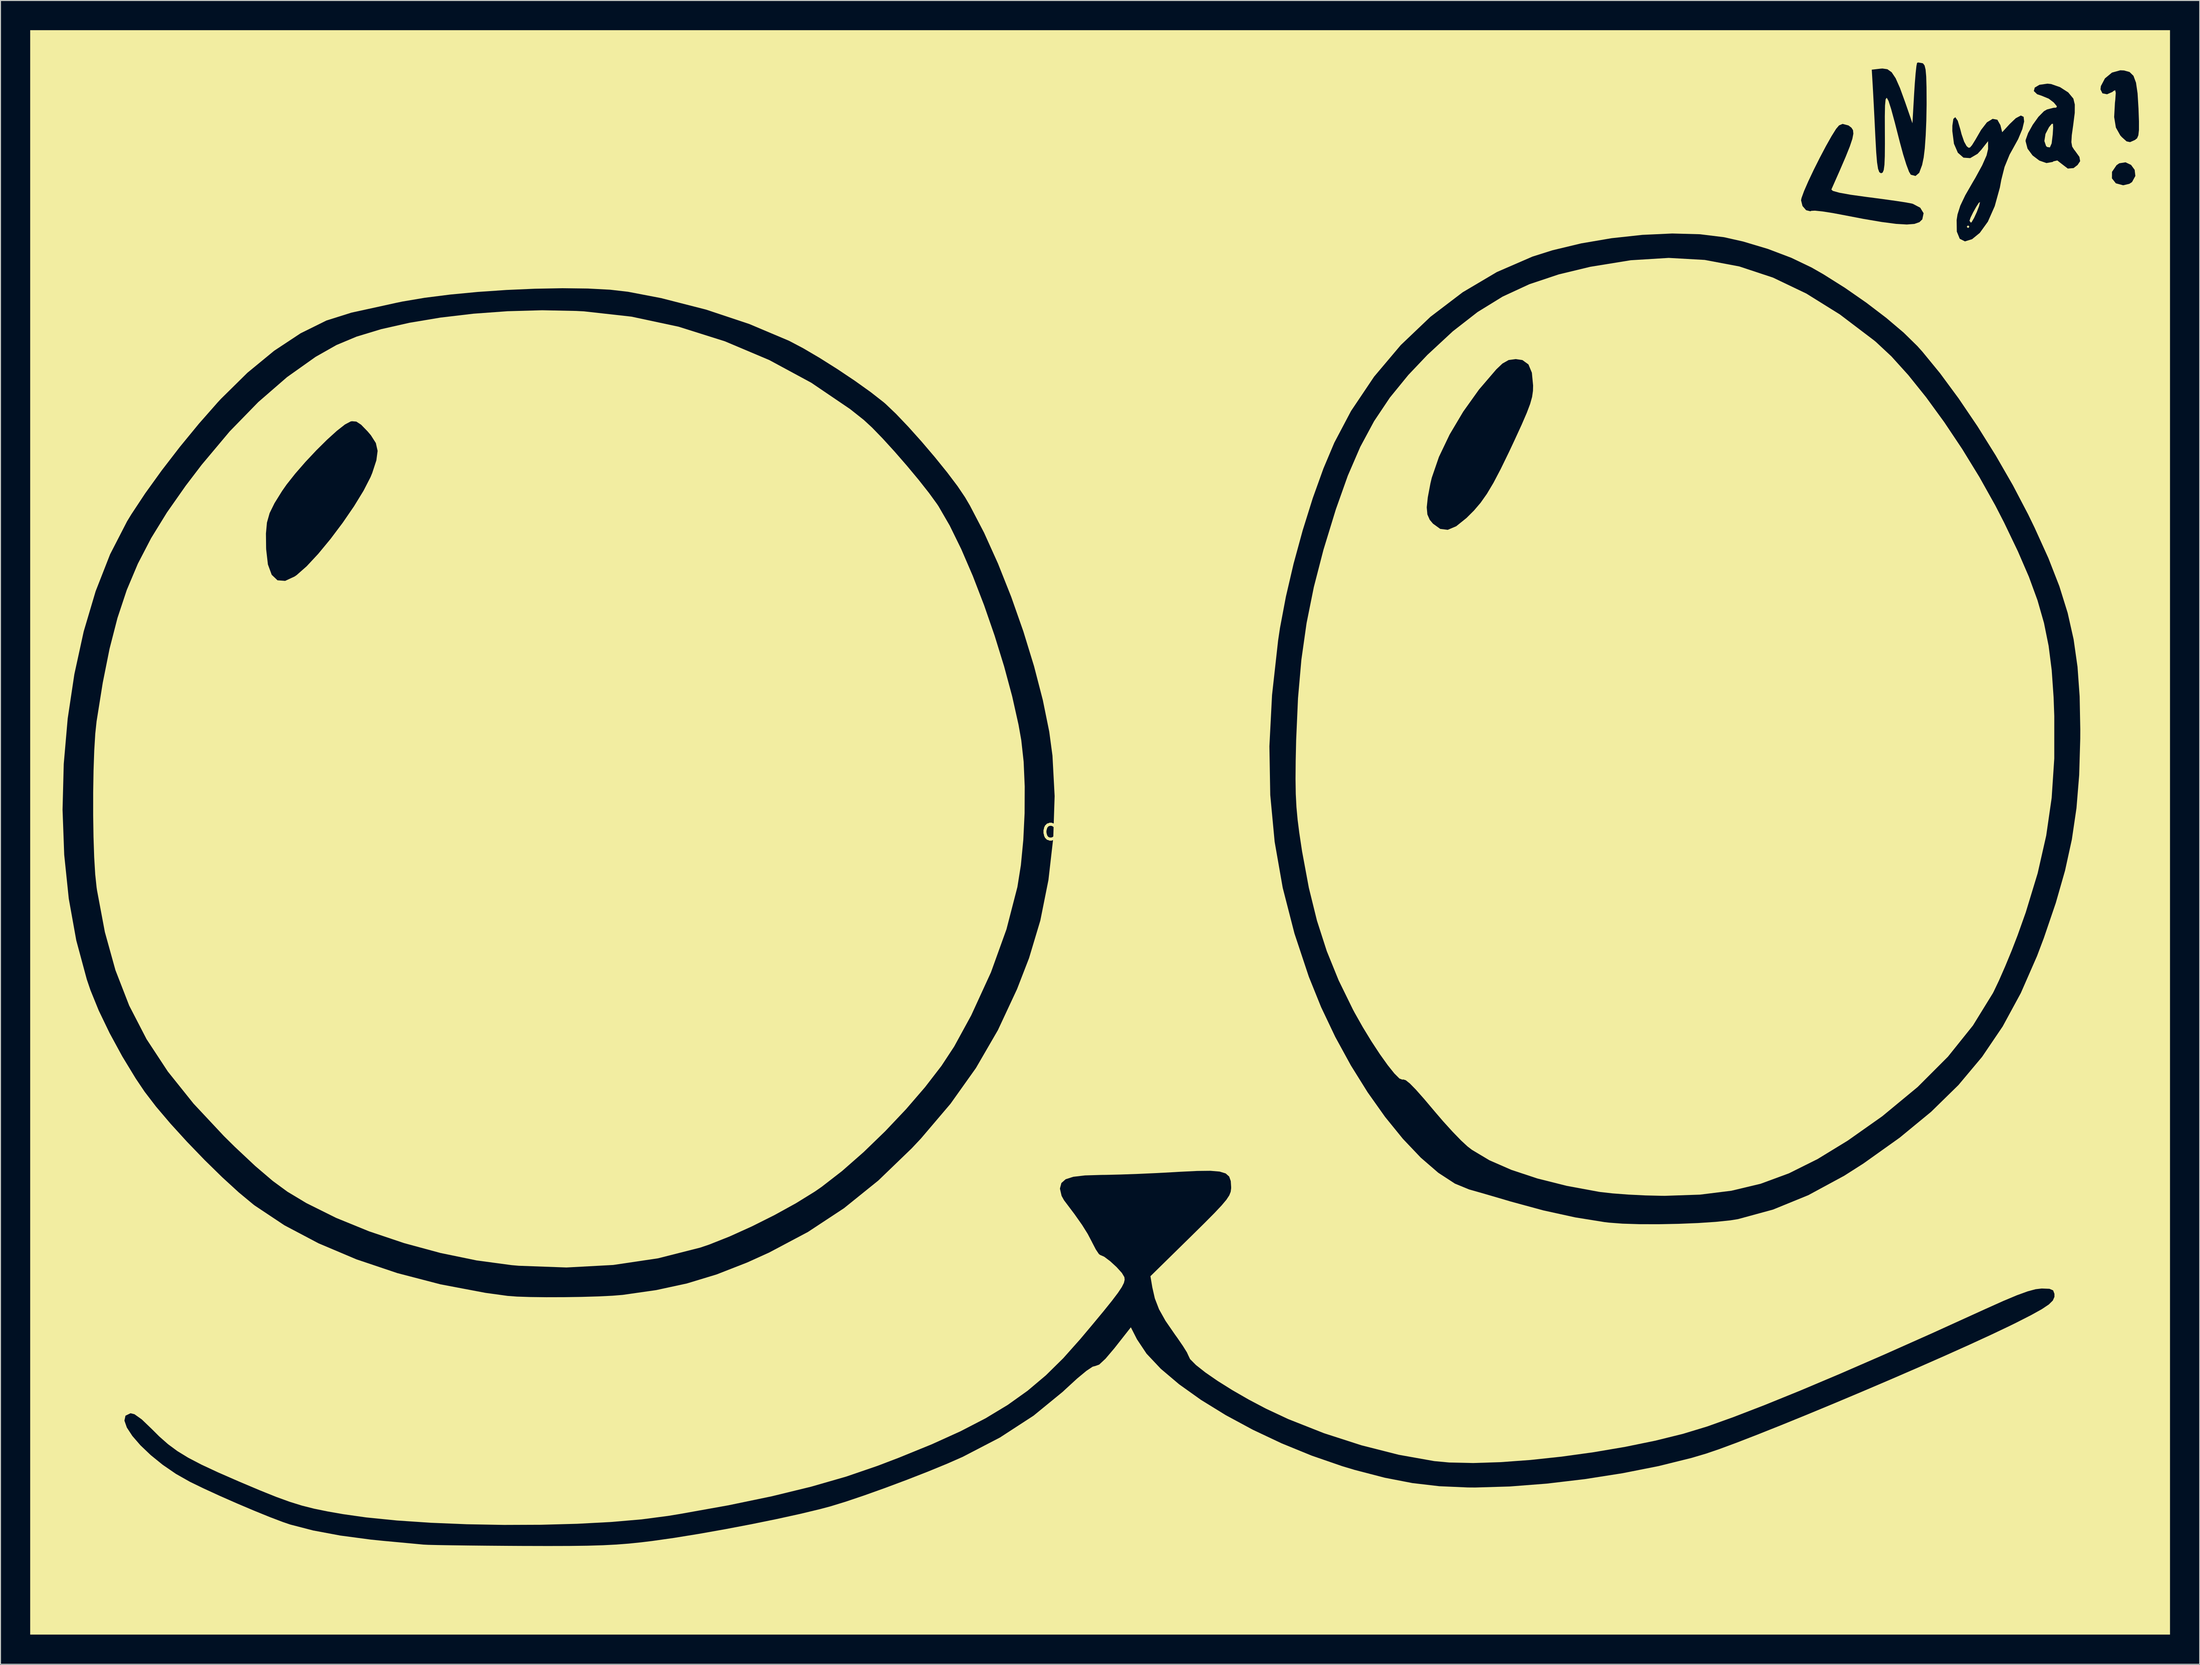
<source format=kicad_pcb>
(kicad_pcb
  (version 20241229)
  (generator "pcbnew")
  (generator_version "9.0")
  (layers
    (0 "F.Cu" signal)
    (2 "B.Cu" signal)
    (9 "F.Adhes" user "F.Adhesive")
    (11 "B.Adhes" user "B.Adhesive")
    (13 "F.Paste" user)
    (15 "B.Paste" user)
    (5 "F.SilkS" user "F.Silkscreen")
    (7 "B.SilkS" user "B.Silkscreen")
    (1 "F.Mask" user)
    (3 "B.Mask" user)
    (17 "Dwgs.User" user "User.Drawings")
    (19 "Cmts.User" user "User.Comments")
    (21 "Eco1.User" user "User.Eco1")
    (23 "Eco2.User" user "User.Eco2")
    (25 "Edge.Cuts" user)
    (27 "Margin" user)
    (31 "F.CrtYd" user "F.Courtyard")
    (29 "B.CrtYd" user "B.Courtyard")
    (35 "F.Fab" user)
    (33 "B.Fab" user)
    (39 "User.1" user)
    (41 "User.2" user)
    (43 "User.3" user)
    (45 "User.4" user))
  (footprint "CATTO_IMG"
    (layer "F.Cu")
    (at 108.085 81.064)
    (property "Reference" "CATTO_IMG" (at 0 0 0) (layer "F.SilkS") (effects (font (size 1.5 1.5) (thickness 0.3))))
    (attr board_only exclude_from_pos_files exclude_from_bom)
    (fp_poly (pts (xy 87.819 -61.203) (xy 87.684 -61.068) (xy 87.549 -61.203) (xy 87.684 -61.338)) (stroke (width 0) (type solid)) (fill yes) (layer "F.SilkS"))
    (fp_poly (pts (xy 96.279 -71.206) (xy 96.237 -70.524) (xy 96.129 -69.624) (xy 95.949 -69.217) (xy 95.671 -69.261) (xy 95.565 -69.355) (xy 95.392 -69.863) (xy 95.506 -70.579) (xy 95.864 -71.268) (xy 96.137 -71.598) (xy 96.263 -71.603)) (stroke (width 0) (type solid)) (fill yes) (layer "F.SilkS"))
    (fp_poly (pts (xy 88.889 -63.694) (xy 88.8 -63.301) (xy 88.571 -62.698) (xy 88.291 -62.088) (xy 88.05 -61.677) (xy 87.968 -61.609) (xy 87.83 -61.805) (xy 87.83 -61.811) (xy 87.943 -62.14) (xy 88.199 -62.66) (xy 88.504 -63.205) (xy 88.764 -63.608) (xy 88.888 -63.703)) (stroke (width 0) (type solid)) (fill yes) (layer "F.SilkS"))
    (fp_poly (pts (xy -52.938 -52.693) (xy -52.133 -52.651) (xy -47.345 -52.117) (xy -42.579 -51.099) (xy -37.91 -49.626) (xy -33.416 -47.728) (xy -29.172 -45.434) (xy -25.254 -42.775) (xy -23.877 -41.683) (xy -23.04 -40.911) (xy -21.974 -39.812) (xy -20.773 -38.495) (xy -19.529 -37.066) (xy -18.336 -35.633) (xy -17.287 -34.303) (xy -16.475 -33.185) (xy -16.324 -32.957) (xy -15.192 -31.004) (xy -14.023 -28.617) (xy -12.853 -25.899) (xy -11.717 -22.95) (xy -10.653 -19.873) (xy -9.695 -16.77) (xy -8.88 -13.742) (xy -8.243 -10.891) (xy -7.961 -9.303) (xy -7.724 -7.147) (xy -7.615 -4.638) (xy -7.627 -1.946) (xy -7.758 0.759) (xy -8.002 3.304) (xy -8.355 5.519) (xy -8.36 5.539) (xy -9.459 9.792) (xy -11.026 14.142) (xy -13.022 18.494) (xy -14.741 21.639) (xy -16.028 23.597) (xy -17.681 25.741) (xy -19.605 27.973) (xy -21.706 30.194) (xy -23.89 32.308) (xy -26.063 34.216) (xy -28.131 35.819) (xy -28.822 36.297) (xy -30.715 37.468) (xy -32.888 38.667) (xy -35.182 39.816) (xy -37.439 40.837) (xy -39.499 41.654) (xy -40.397 41.958) (xy -44.657 43.04) (xy -49.19 43.713) (xy -53.908 43.966) (xy -58.722 43.793) (xy -59.447 43.73) (xy -62.979 43.255) (xy -66.633 42.502) (xy -70.295 41.509) (xy -73.85 40.313) (xy -77.182 38.953) (xy -80.177 37.464) (xy -82.097 36.31) (xy -83.587 35.216) (xy -85.351 33.711) (xy -87.406 31.782) (xy -88.51 30.692) (xy -91.588 27.403) (xy -94.182 24.162) (xy -96.333 20.889) (xy -98.083 17.503) (xy -99.472 13.924) (xy -100.541 10.071) (xy -101.331 5.865) (xy -101.379 5.539) (xy -101.517 4.223) (xy -101.621 2.489) (xy -101.689 0.455) (xy -101.723 -1.756) (xy -101.722 -4.025) (xy -101.686 -6.232) (xy -101.615 -8.256) (xy -101.51 -9.976) (xy -101.379 -11.214) (xy -100.756 -15.114) (xy -100.065 -18.566) (xy -99.269 -21.662) (xy -98.329 -24.494) (xy -97.207 -27.154) (xy -95.867 -29.734) (xy -95.581 -30.2) (xy -84.269 -30.2) (xy -84.252 -28.762) (xy -84.246 -28.6) (xy -84.07 -27.074) (xy -83.686 -26.029) (xy -83.102 -25.474) (xy -82.327 -25.415) (xy -81.369 -25.86) (xy -81.158 -26.008) (xy -80.156 -26.891) (xy -78.992 -28.141) (xy -77.75 -29.644) (xy -76.516 -31.286) (xy -75.374 -32.951) (xy -74.409 -34.527) (xy -73.704 -35.898) (xy -73.527 -36.328) (xy -73.113 -37.596) (xy -72.987 -38.551) (xy -73.166 -39.345) (xy -73.669 -40.134) (xy -74.002 -40.525) (xy -74.656 -41.198) (xy -75.136 -41.512) (xy -75.582 -41.549) (xy -75.722 -41.52) (xy -76.286 -41.22) (xy -77.104 -40.579) (xy -78.097 -39.679) (xy -79.182 -38.604) (xy -80.279 -37.436) (xy -81.306 -36.256) (xy -82.183 -35.148) (xy -82.639 -34.497) (xy -83.403 -33.268) (xy -83.896 -32.266) (xy -84.168 -31.305) (xy -84.269 -30.2) (xy -95.581 -30.2) (xy -94.271 -32.326) (xy -92.381 -35.021) (xy -90.756 -37.154) (xy -87.93 -40.521) (xy -85.045 -43.482) (xy -82.14 -46.004) (xy -79.255 -48.052) (xy -77.146 -49.247) (xy -75.112 -50.098) (xy -72.628 -50.851) (xy -69.777 -51.496) (xy -66.643 -52.021) (xy -63.308 -52.414) (xy -59.857 -52.665) (xy -56.373 -52.762)) (stroke (width 0) (type solid)) (fill yes) (layer "F.SilkS"))
    (fp_poly (pts (xy 61.081 -57.848) (xy 64.575 -57.189) (xy 67.979 -56.061) (xy 71.345 -54.45) (xy 74.727 -52.343) (xy 78.178 -49.724) (xy 78.377 -49.56) (xy 79.942 -48.099) (xy 81.649 -46.21) (xy 83.446 -43.971) (xy 85.277 -41.457) (xy 87.09 -38.744) (xy 88.829 -35.909) (xy 90.441 -33.028) (xy 91.325 -31.308) (xy 92.718 -28.402) (xy 93.833 -25.821) (xy 94.701 -23.448) (xy 95.354 -21.163) (xy 95.822 -18.847) (xy 96.135 -16.383) (xy 96.325 -13.651) (xy 96.394 -11.747) (xy 96.393 -7.461) (xy 96.13 -3.489) (xy 95.579 0.324) (xy 94.715 4.13) (xy 93.512 8.084) (xy 92.687 10.403) (xy 92.086 11.958) (xy 91.435 13.534) (xy 90.808 14.966) (xy 90.274 16.086) (xy 90.187 16.254) (xy 88.178 19.513) (xy 85.648 22.669) (xy 82.595 25.725) (xy 79.016 28.685) (xy 75.524 31.149) (xy 72.478 33.012) (xy 69.588 34.452) (xy 66.729 35.506) (xy 63.776 36.211) (xy 60.603 36.605) (xy 57.084 36.724) (xy 56.765 36.723) (xy 55.096 36.685) (xy 53.37 36.6) (xy 51.78 36.48) (xy 50.516 36.338) (xy 50.395 36.32) (xy 47.146 35.719) (xy 44.179 34.974) (xy 41.553 34.104) (xy 39.328 33.132) (xy 37.563 32.076) (xy 37.122 31.738) (xy 36.471 31.136) (xy 35.604 30.242) (xy 34.646 29.185) (xy 33.882 28.295) (xy 32.747 26.951) (xy 31.898 25.991) (xy 31.289 25.369) (xy 30.875 25.041) (xy 30.613 24.963) (xy 30.546 24.987) (xy 30.242 24.875) (xy 29.726 24.36) (xy 29.049 23.513) (xy 28.258 22.404) (xy 27.405 21.105) (xy 26.539 19.685) (xy 25.71 18.216) (xy 25.539 17.895) (xy 24.097 14.948) (xy 22.898 11.993) (xy 21.907 8.914) (xy 21.087 5.592) (xy 20.403 1.909) (xy 20.12 0.025) (xy 19.952 -1.293) (xy 19.836 -2.557) (xy 19.767 -3.887) (xy 19.743 -5.404) (xy 19.759 -7.228) (xy 19.805 -9.298) (xy 19.993 -13.561) (xy 20.335 -17.458) (xy 20.859 -21.149) (xy 21.593 -24.794) (xy 22.563 -28.553) (xy 23.798 -32.585) (xy 23.834 -32.696) (xy 23.888 -32.846) (xy 32.999 -32.846) (xy 33.062 -32.129) (xy 33.301 -31.587) (xy 33.629 -31.197) (xy 34.363 -30.666) (xy 35.12 -30.574) (xy 35.976 -30.936) (xy 37.005 -31.763) (xy 37.02 -31.777) (xy 37.768 -32.522) (xy 38.436 -33.305) (xy 39.075 -34.21) (xy 39.736 -35.319) (xy 40.47 -36.717) (xy 41.331 -38.486) (xy 41.863 -39.622) (xy 42.588 -41.2) (xy 43.103 -42.392) (xy 43.444 -43.294) (xy 43.642 -44.004) (xy 43.73 -44.619) (xy 43.743 -45.161) (xy 43.619 -46.452) (xy 43.272 -47.29) (xy 42.665 -47.729) (xy 41.98 -47.828) (xy 41.272 -47.733) (xy 40.646 -47.378) (xy 40.027 -46.791) (xy 38.278 -44.75) (xy 36.684 -42.517) (xy 35.313 -40.209) (xy 34.23 -37.942) (xy 33.505 -35.832) (xy 33.37 -35.263) (xy 33.104 -33.852) (xy 32.999 -32.846) (xy 23.888 -32.846) (xy 25.024 -36.043) (xy 26.284 -38.959) (xy 27.679 -41.554) (xy 29.274 -43.937) (xy 31.135 -46.219) (xy 33.063 -48.25) (xy 35.634 -50.636) (xy 38.13 -52.58) (xy 40.668 -54.144) (xy 43.364 -55.392) (xy 46.336 -56.386) (xy 49.518 -57.153) (xy 53.605 -57.816) (xy 57.442 -58.053)) (stroke (width 0) (type solid)) (fill yes) (layer "F.SilkS"))
    (fp_poly (pts (xy 108.085 -0.000001) (xy 108.085 81.064) (xy 0 81.064) (xy -108.085 81.064) (xy -108.085 59.442) (xy -98.566 59.442) (xy -98.32 60.143) (xy -97.764 60.992) (xy -96.946 61.937) (xy -95.909 62.925) (xy -94.7 63.905) (xy -93.364 64.822) (xy -91.946 65.625) (xy -91.94 65.628) (xy -90.557 66.299) (xy -88.934 67.044) (xy -87.196 67.809) (xy -85.471 68.54) (xy -83.885 69.185) (xy -82.563 69.688) (xy -81.815 69.942) (xy -79.505 70.541) (xy -76.76 71.055) (xy -73.683 71.464) (xy -72.417 71.592) (xy -71.074 71.716) (xy -69.837 71.831) (xy -68.86 71.922) (xy -68.364 71.969) (xy -67.87 71.993) (xy -66.907 72.016) (xy -65.548 72.039) (xy -63.864 72.061) (xy -61.927 72.08) (xy -59.81 72.096) (xy -58.444 72.104) (xy -55.799 72.111) (xy -53.607 72.105) (xy -51.779 72.081) (xy -50.227 72.035) (xy -48.864 71.965) (xy -47.602 71.868) (xy -46.352 71.739) (xy -45.234 71.603) (xy -43.039 71.292) (xy -40.56 70.89) (xy -37.921 70.422) (xy -35.246 69.913) (xy -32.66 69.385) (xy -30.287 68.864) (xy -28.251 68.374) (xy -27.257 68.109) (xy -25.716 67.637) (xy -23.819 66.997) (xy -21.705 66.241) (xy -19.512 65.42) (xy -17.379 64.587) (xy -15.444 63.792) (xy -13.879 63.103) (xy -10.112 61.146) (xy -6.721 58.94) (xy -3.773 56.527) (xy -3.499 56.27) (xy -2.317 55.186) (xy -1.388 54.416) (xy -0.751 53.99) (xy -0.474 53.918) (xy -0.093 53.781) (xy 0.546 53.186) (xy 1.431 52.142) (xy 1.512 52.04) (xy 3.107 50.011) (xy 3.724 51.223) (xy 4.693 52.677) (xy 6.133 54.205) (xy 7.985 55.772) (xy 10.19 57.345) (xy 12.691 58.887) (xy 15.428 60.364) (xy 18.343 61.74) (xy 21.377 62.98) (xy 24.472 64.049) (xy 25.728 64.425) (xy 28.768 65.215) (xy 31.548 65.753) (xy 34.27 66.07) (xy 37.136 66.195) (xy 37.911 66.2) (xy 41.387 66.097) (xy 45.12 65.808) (xy 48.967 65.354) (xy 52.783 64.756) (xy 56.424 64.035) (xy 59.743 63.212) (xy 61.203 62.78) (xy 62.531 62.328) (xy 64.281 61.68) (xy 66.387 60.864) (xy 68.778 59.911) (xy 71.387 58.848) (xy 74.146 57.704) (xy 76.985 56.509) (xy 79.838 55.291) (xy 82.634 54.079) (xy 85.306 52.902) (xy 87.786 51.788) (xy 90.004 50.768) (xy 91.894 49.869) (xy 92.54 49.551) (xy 94.051 48.781) (xy 95.13 48.182) (xy 95.841 47.707) (xy 96.247 47.306) (xy 96.411 46.933) (xy 96.41 46.627) (xy 96.277 46.279) (xy 95.909 46.121) (xy 95.16 46.091) (xy 95.115 46.091) (xy 94.499 46.164) (xy 93.694 46.382) (xy 92.627 46.77) (xy 91.228 47.356) (xy 89.426 48.165) (xy 89.305 48.22) (xy 84.051 50.61) (xy 79.191 52.776) (xy 74.739 54.713) (xy 70.709 56.415) (xy 67.114 57.875) (xy 63.967 59.089) (xy 61.338 60.031) (xy 58.872 60.78) (xy 56.071 61.472) (xy 53.034 62.094) (xy 49.856 62.634) (xy 46.635 63.079) (xy 43.469 63.418) (xy 40.454 63.638) (xy 37.688 63.727) (xy 35.267 63.673) (xy 33.752 63.532) (xy 30.175 62.894) (xy 26.401 61.935) (xy 22.616 60.713) (xy 19.006 59.286) (xy 16.749 58.229) (xy 15.011 57.312) (xy 13.369 56.367) (xy 11.889 55.44) (xy 10.639 54.577) (xy 9.683 53.823) (xy 9.088 53.223) (xy 8.917 52.866) (xy 8.767 52.539) (xy 8.367 51.899) (xy 7.794 51.065) (xy 7.569 50.753) (xy 6.606 49.355) (xy 5.951 48.186) (xy 5.529 47.091) (xy 5.275 45.973) (xy 5.085 44.848) (xy 9.163 40.844) (xy 10.525 39.5) (xy 11.546 38.471) (xy 12.274 37.698) (xy 12.759 37.121) (xy 13.049 36.681) (xy 13.193 36.317) (xy 13.238 35.971) (xy 13.24 35.854) (xy 13.201 35.233) (xy 13.038 34.775) (xy 12.686 34.462) (xy 12.077 34.275) (xy 11.145 34.197) (xy 9.824 34.211) (xy 8.047 34.297) (xy 7.554 34.327) (xy 5.76 34.424) (xy 3.871 34.509) (xy 2.077 34.572) (xy 0.567 34.609) (xy 0.135 34.613) (xy -1.523 34.663) (xy -2.708 34.801) (xy -3.482 35.05) (xy -3.91 35.431) (xy -4.052 35.964) (xy -4.053 36.025) (xy -3.889 36.732) (xy -3.648 37.167) (xy -2.594 38.566) (xy -1.82 39.664) (xy -1.254 40.569) (xy -0.824 41.388) (xy -0.804 41.431) (xy -0.432 42.146) (xy -0.125 42.603) (xy -0.007 42.694) (xy 0.413 42.878) (xy 1.024 43.338) (xy 1.671 43.932) (xy 2.201 44.519) (xy 2.454 44.944) (xy 2.481 45.205) (xy 2.406 45.523) (xy 2.192 45.949) (xy 1.801 46.535) (xy 1.198 47.331) (xy 0.346 48.39) (xy -0.792 49.763) (xy -2.01 51.212) (xy -3.725 53.138) (xy -5.473 54.86) (xy -7.32 56.418) (xy -9.33 57.853) (xy -11.569 59.206) (xy -14.104 60.518) (xy -16.999 61.831) (xy -20.32 63.185) (xy -22.469 64.006) (xy -25.653 65.098) (xy -29.201 66.12) (xy -33.155 67.084) (xy -37.557 67.999) (xy -42.447 68.874) (xy -43.639 69.07) (xy -46.315 69.42) (xy -49.418 69.686) (xy -52.841 69.867) (xy -56.479 69.965) (xy -60.223 69.98) (xy -63.969 69.913) (xy -67.608 69.764) (xy -71.035 69.534) (xy -74.143 69.223) (xy -76.473 68.893) (xy -78.055 68.616) (xy -79.403 68.34) (xy -80.636 68.028) (xy -81.873 67.643) (xy -83.234 67.148) (xy -84.836 66.505) (xy -86.798 65.677) (xy -87.009 65.587) (xy -89.099 64.674) (xy -90.772 63.894) (xy -92.114 63.194) (xy -93.215 62.521) (xy -94.164 61.82) (xy -95.049 61.039) (xy -95.804 60.287) (xy -96.816 59.316) (xy -97.551 58.794) (xy -97.949 58.695) (xy -98.458 58.942) (xy -98.566 59.442) (xy -108.085 59.442) (xy -108.085 -0.000001) (xy -108.085 -2.294) (xy -104.816 -2.294) (xy -104.648 2.265) (xy -104.188 6.695) (xy -103.429 10.917) (xy -102.366 14.856) (xy -101.997 15.943) (xy -101.162 17.997) (xy -100.06 20.285) (xy -98.783 22.634) (xy -97.421 24.874) (xy -96.523 26.208) (xy -95.377 27.705) (xy -93.916 29.425) (xy -92.245 31.26) (xy -90.468 33.103) (xy -88.689 34.846) (xy -87.012 36.381) (xy -85.542 37.6) (xy -85.41 37.701) (xy -82.406 39.702) (xy -78.955 41.525) (xy -75.128 43.144) (xy -70.995 44.535) (xy -66.627 45.672) (xy -62.094 46.53) (xy -59.852 46.838) (xy -58.912 46.908) (xy -57.563 46.952) (xy -55.936 46.971) (xy -54.16 46.966) (xy -52.368 46.939) (xy -50.688 46.89) (xy -49.253 46.82) (xy -48.233 46.737) (xy -44.847 46.253) (xy -41.743 45.581) (xy -38.739 44.669) (xy -35.656 43.464) (xy -33.424 42.452) (xy -29.517 40.379) (xy -25.873 37.977) (xy -22.406 35.181) (xy -19.031 31.927) (xy -18.095 30.93) (xy -15.111 27.421) (xy -12.542 23.809) (xy -10.324 19.982) (xy -8.388 15.831) (xy -7.177 12.703) (xy -6.038 8.905) (xy -5.219 4.813) (xy -4.733 0.574) (xy -4.593 -3.666) (xy -4.812 -7.76) (xy -4.939 -8.702) (xy 17.103 -8.702) (xy 17.189 -3.784) (xy 17.634 0.954) (xy 18.448 5.596) (xy 19.636 10.221) (xy 21.085 14.582) (xy 22.328 17.661) (xy 23.758 20.669) (xy 25.338 23.555) (xy 27.03 26.268) (xy 28.796 28.759) (xy 30.598 30.977) (xy 32.4 32.872) (xy 34.162 34.394) (xy 35.846 35.493) (xy 37.289 36.085) (xy 38.211 36.345) (xy 39.449 36.703) (xy 40.8 37.099) (xy 41.478 37.301) (xy 44.773 38.197) (xy 47.987 38.903) (xy 50.943 39.379) (xy 51.395 39.433) (xy 52.774 39.538) (xy 54.498 39.591) (xy 56.435 39.595) (xy 58.452 39.555) (xy 60.419 39.475) (xy 62.203 39.356) (xy 63.672 39.204) (xy 64.446 39.079) (xy 67.982 38.115) (xy 71.55 36.658) (xy 75.181 34.692) (xy 77.115 33.458) (xy 80.774 30.851) (xy 83.953 28.234) (xy 86.709 25.535) (xy 89.1 22.683) (xy 91.183 19.606) (xy 93.014 16.234) (xy 94.652 12.494) (xy 95.34 10.673) (xy 96.547 7.128) (xy 97.481 3.861) (xy 98.169 0.721) (xy 98.636 -2.447) (xy 98.91 -5.796) (xy 99.017 -9.479) (xy 99.021 -10.403) (xy 98.957 -13.736) (xy 98.742 -16.73) (xy 98.348 -19.506) (xy 97.745 -22.183) (xy 96.906 -24.878) (xy 95.801 -27.712) (xy 94.4 -30.802) (xy 93.749 -32.143) (xy 92.212 -35.079) (xy 90.483 -38.081) (xy 88.634 -41.04) (xy 86.734 -43.847) (xy 84.856 -46.395) (xy 83.07 -48.576) (xy 82.557 -49.148) (xy 81.178 -50.501) (xy 79.423 -51.989) (xy 77.41 -53.524) (xy 75.257 -55.021) (xy 73.081 -56.392) (xy 71.877 -57.082) (xy 69.829 -58.063) (xy 67.452 -58.964) (xy 64.957 -59.71) (xy 63.034 -60.144) (xy 60.594 -60.444) (xy 57.8 -60.519) (xy 54.783 -60.381) (xy 51.673 -60.044) (xy 48.6 -59.52) (xy 45.695 -58.823) (xy 43.679 -58.185) (xy 40.079 -56.623) (xy 36.626 -54.578) (xy 33.373 -52.101) (xy 30.374 -49.243) (xy 27.682 -46.054) (xy 25.351 -42.583) (xy 23.659 -39.376) (xy 22.562 -36.774) (xy 21.484 -33.775) (xy 20.466 -30.521) (xy 19.547 -27.155) (xy 18.769 -23.819) (xy 18.172 -20.656) (xy 17.983 -19.396) (xy 17.37 -13.878) (xy 17.103 -8.702) (xy -4.939 -8.702) (xy -5.136 -10.174) (xy -5.785 -13.367) (xy -6.67 -16.784) (xy -7.75 -20.305) (xy -8.981 -23.808) (xy -10.319 -27.175) (xy -11.722 -30.285) (xy -13.147 -33.018) (xy -13.639 -33.858) (xy -14.403 -34.992) (xy -15.455 -36.385) (xy -16.7 -37.925) (xy -18.04 -39.5) (xy -19.38 -40.995) (xy -20.623 -42.3) (xy -21.673 -43.301) (xy -21.873 -43.473) (xy -23.176 -44.492) (xy -24.784 -45.641) (xy -26.555 -46.826) (xy -28.345 -47.955) (xy -30.008 -48.932) (xy -31.403 -49.666) (xy -31.451 -49.689) (xy -35.453 -51.378) (xy -39.804 -52.827) (xy -44.347 -53.99) (xy -47.693 -54.631) (xy -49.511 -54.84) (xy -51.755 -54.958) (xy -54.319 -54.989) (xy -57.097 -54.938) (xy -59.983 -54.812) (xy -62.871 -54.614) (xy -65.655 -54.349) (xy -68.229 -54.024) (xy -70.488 -53.642) (xy -71.132 -53.508) (xy -72.544 -53.197) (xy -74.05 -52.867) (xy -75.374 -52.578) (xy -75.636 -52.52) (xy -78.155 -51.727) (xy -80.769 -50.434) (xy -83.442 -48.667) (xy -86.137 -46.45) (xy -88.818 -43.807) (xy -89.138 -43.461) (xy -91.038 -41.302) (xy -92.957 -38.965) (xy -94.799 -36.575) (xy -96.469 -34.256) (xy -97.872 -32.133) (xy -98.298 -31.434) (xy -100.011 -28.105) (xy -101.473 -24.37) (xy -102.679 -20.306) (xy -103.622 -15.99) (xy -104.297 -11.499) (xy -104.696 -6.908) (xy -104.816 -2.294) (xy -108.085 -2.294) (xy -108.085 -63.871) (xy 70.813 -63.871) (xy 70.959 -63.295) (xy 71.325 -62.871) (xy 71.753 -62.766) (xy 71.849 -62.808) (xy 72.213 -62.827) (xy 72.978 -62.748) (xy 74.017 -62.585) (xy 74.766 -62.445) (xy 77.102 -61.997) (xy 78.967 -61.68) (xy 80.414 -61.491) (xy 81.496 -61.428) (xy 82.263 -61.487) (xy 82.77 -61.665) (xy 83.062 -61.946) (xy 83.191 -62.568) (xy 82.852 -63.125) (xy 82.113 -63.514) (xy 81.981 -63.55) (xy 81.429 -63.653) (xy 80.465 -63.802) (xy 79.214 -63.978) (xy 77.804 -64.164) (xy 77.472 -64.206) (xy 75.832 -64.433) (xy 74.675 -64.641) (xy 74.02 -64.826) (xy 73.875 -64.965) (xy 74.697 -66.823) (xy 75.313 -68.253) (xy 75.74 -69.318) (xy 75.996 -70.083) (xy 76.097 -70.61) (xy 76.06 -70.964) (xy 75.903 -71.21) (xy 75.641 -71.41) (xy 75.592 -71.441) (xy 75.007 -71.594) (xy 74.651 -71.443) (xy 74.352 -71.09) (xy 73.891 -70.353) (xy 73.323 -69.344) (xy 72.706 -68.174) (xy 72.094 -66.954) (xy 71.545 -65.794) (xy 71.115 -64.807) (xy 70.859 -64.103) (xy 70.813 -63.871) (xy -108.085 -63.871) (xy -108.085 -77.074) (xy 77.956 -77.074) (xy 78.051 -75.488) (xy 78.1 -74.602) (xy 78.167 -73.339) (xy 78.242 -71.865) (xy 78.316 -70.344) (xy 78.321 -70.255) (xy 78.403 -68.749) (xy 78.489 -67.707) (xy 78.591 -67.054) (xy 78.719 -66.713) (xy 78.887 -66.608) (xy 78.902 -66.607) (xy 79.058 -66.678) (xy 79.167 -66.94) (xy 79.237 -67.468) (xy 79.273 -68.336) (xy 79.284 -69.617) (xy 79.279 -70.796) (xy 79.274 -72.349) (xy 79.295 -73.447) (xy 79.355 -74.08) (xy 79.468 -74.239) (xy 79.65 -73.914) (xy 79.914 -73.093) (xy 80.274 -71.768) (xy 80.745 -69.929) (xy 80.793 -69.741) (xy 81.126 -68.513) (xy 81.448 -67.481) (xy 81.721 -66.756) (xy 81.901 -66.456) (xy 82.378 -66.332) (xy 82.749 -66.65) (xy 83.044 -67.447) (xy 83.201 -68.203) (xy 83.312 -69.117) (xy 83.403 -70.41) (xy 83.423 -70.872) (xy 86.094 -70.872) (xy 86.259 -69.588) (xy 86.653 -68.68) (xy 87.22 -68.183) (xy 87.903 -68.135) (xy 88.646 -68.572) (xy 89.013 -68.972) (xy 89.705 -69.85) (xy 89.708 -69.057) (xy 89.554 -68.409) (xy 89.113 -67.411) (xy 88.424 -66.146) (xy 88.184 -65.742) (xy 87.402 -64.383) (xy 86.898 -63.326) (xy 86.619 -62.446) (xy 86.529 -61.875) (xy 86.548 -60.711) (xy 86.843 -59.986) (xy 87.37 -59.722) (xy 88.089 -59.943) (xy 88.868 -60.579) (xy 89.686 -61.715) (xy 90.377 -63.277) (xy 90.897 -65.158) (xy 91.042 -65.94) (xy 91.08 -66.09) (xy 102.219 -66.09) (xy 102.613 -65.589) (xy 103.356 -65.391) (xy 103.976 -65.538) (xy 104.248 -65.716) (xy 104.585 -66.334) (xy 104.514 -66.953) (xy 104.147 -67.452) (xy 103.592 -67.713) (xy 102.962 -67.614) (xy 102.682 -67.419) (xy 102.226 -66.748) (xy 102.219 -66.09) (xy 91.08 -66.09) (xy 91.37 -67.243) (xy 91.88 -68.49) (xy 92.083 -68.855) (xy 92.631 -69.849) (xy 93.494 -69.849) (xy 93.693 -69.092) (xy 94.2 -68.407) (xy 94.882 -67.889) (xy 95.602 -67.637) (xy 96.226 -67.747) (xy 96.316 -67.811) (xy 96.7 -67.9) (xy 97.142 -67.552) (xy 97.76 -67.08) (xy 98.342 -67.128) (xy 98.746 -67.44) (xy 99.008 -67.831) (xy 98.932 -68.262) (xy 98.486 -68.881) (xy 98.404 -68.978) (xy 98.2 -69.303) (xy 98.121 -69.748) (xy 98.162 -70.451) (xy 98.306 -71.474) (xy 98.461 -72.708) (xy 98.467 -73.551) (xy 98.327 -74.132) (xy 98.316 -74.157) (xy 97.803 -74.775) (xy 97.326 -75.083) (xy 101.06 -75.083) (xy 101.259 -74.684) (xy 101.725 -74.588) (xy 102.264 -74.821) (xy 102.366 -74.913) (xy 102.545 -75.001) (xy 102.605 -74.732) (xy 102.556 -74.03) (xy 102.521 -73.718) (xy 102.443 -72.285) (xy 102.616 -71.226) (xy 103.062 -70.43) (xy 103.228 -70.248) (xy 103.697 -69.828) (xy 104.05 -69.752) (xy 104.539 -69.967) (xy 104.546 -69.971) (xy 104.758 -70.14) (xy 104.887 -70.442) (xy 104.947 -70.978) (xy 104.948 -71.85) (xy 104.902 -73.146) (xy 104.808 -74.685) (xy 104.65 -75.761) (xy 104.393 -76.453) (xy 104 -76.838) (xy 103.433 -76.994) (xy 103.064 -77.011) (xy 102.222 -76.779) (xy 101.512 -76.192) (xy 101.101 -75.413) (xy 101.06 -75.083) (xy 97.326 -75.083) (xy 96.979 -75.307) (xy 96.07 -75.623) (xy 95.704 -75.66) (xy 94.895 -75.545) (xy 94.42 -75.264) (xy 94.327 -74.913) (xy 94.666 -74.589) (xy 95.087 -74.45) (xy 95.837 -74.141) (xy 96.345 -73.753) (xy 96.66 -73.369) (xy 96.592 -73.237) (xy 96.305 -73.219) (xy 95.653 -73.05) (xy 95.352 -72.877) (xy 94.791 -72.306) (xy 94.218 -71.506) (xy 93.751 -70.668) (xy 93.506 -69.982) (xy 93.494 -69.849) (xy 92.631 -69.849) (xy 92.745 -70.056) (xy 93.166 -71.067) (xy 93.349 -71.836) (xy 93.297 -72.31) (xy 93.015 -72.439) (xy 92.506 -72.17) (xy 91.892 -71.584) (xy 91.131 -70.752) (xy 90.952 -71.467) (xy 90.644 -72.015) (xy 90.165 -72.104) (xy 89.591 -71.754) (xy 88.999 -70.985) (xy 88.968 -70.931) (xy 88.425 -69.992) (xy 88.083 -69.441) (xy 87.872 -69.2) (xy 87.718 -69.191) (xy 87.553 -69.336) (xy 87.532 -69.357) (xy 87.288 -69.794) (xy 87.028 -70.55) (xy 86.907 -71.023) (xy 86.642 -71.914) (xy 86.394 -72.272) (xy 86.2 -72.104) (xy 86.098 -71.416) (xy 86.094 -70.872) (xy 83.423 -70.872) (xy 83.467 -71.921) (xy 83.495 -73.488) (xy 83.496 -73.731) (xy 83.487 -75.282) (xy 83.456 -76.373) (xy 83.393 -77.085) (xy 83.29 -77.5) (xy 83.14 -77.697) (xy 83.079 -77.728) (xy 82.649 -77.802) (xy 82.534 -77.761) (xy 82.469 -77.455) (xy 82.388 -76.725) (xy 82.303 -75.684) (xy 82.236 -74.645) (xy 82.065 -71.657) (xy 81.325 -73.794) (xy 80.804 -75.226) (xy 80.368 -76.209) (xy 79.964 -76.815) (xy 79.537 -77.118) (xy 79.035 -77.191) (xy 78.83 -77.175) (xy 77.956 -77.074) (xy -108.085 -77.074) (xy -108.085 -81.064) (xy 0 -81.064) (xy 108.085 -81.064)) (stroke (width 0) (type solid)) (fill yes) (layer "F.SilkS")))
  (gr_rect
    (start -3 -3)
    (end 219.17 165.128)
    (stroke (width 0.1) (type default))
    (fill no)
    (layer "Edge.Cuts")))
</source>
